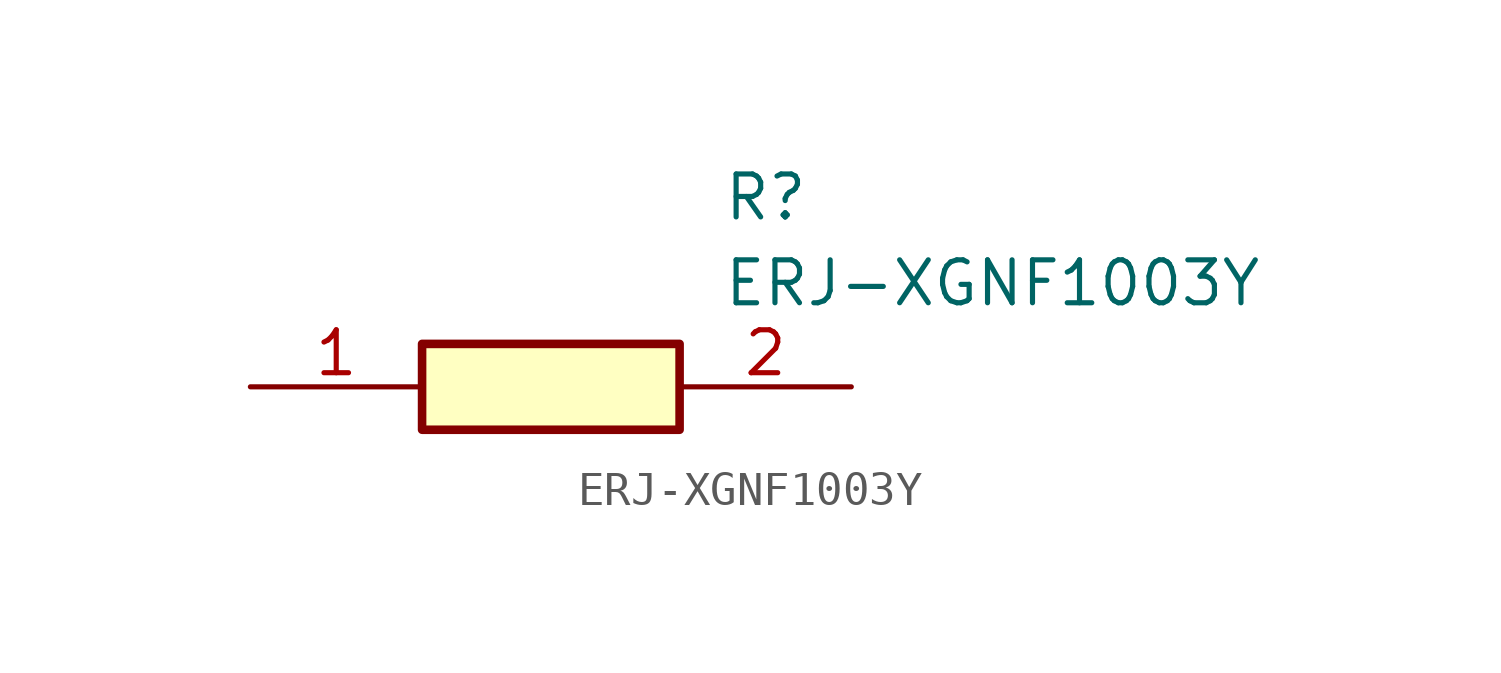
<source format=kicad_sym>
(kicad_symbol_lib
  (version 20211014)
  (generator SamacSys_ECAD_Model)
  (symbol "ERJ-XGNF1003Y"
    (pin_names hide)
    (property "Reference" "R"
      (at 13.97 6.35 0)
      (effects (font (size 1.27 1.27)) (justify left top)))
    (property "Value" "ERJ-XGNF1003Y"
      (at 13.97 3.81 0)
      (effects (font (size 1.27 1.27)) (justify left top)))
    (rectangle
      (start 5.08 1.27)
      (end 12.7 -1.27)
      (stroke (width 0.254) (type default))
      (fill (type background)))
    (pin passive line
      (at 0 0 0)
      (length 5.08)
      (name "1" (effects (font (size 1.27 1.27))))
      (number "1" (effects (font (size 1.27 1.27)))))
    (pin passive line
      (at 17.78 0 180)
      (length 5.08)
      (name "2" (effects (font (size 1.27 1.27))))
      (number "2" (effects (font (size 1.27 1.27)))))))
</source>
